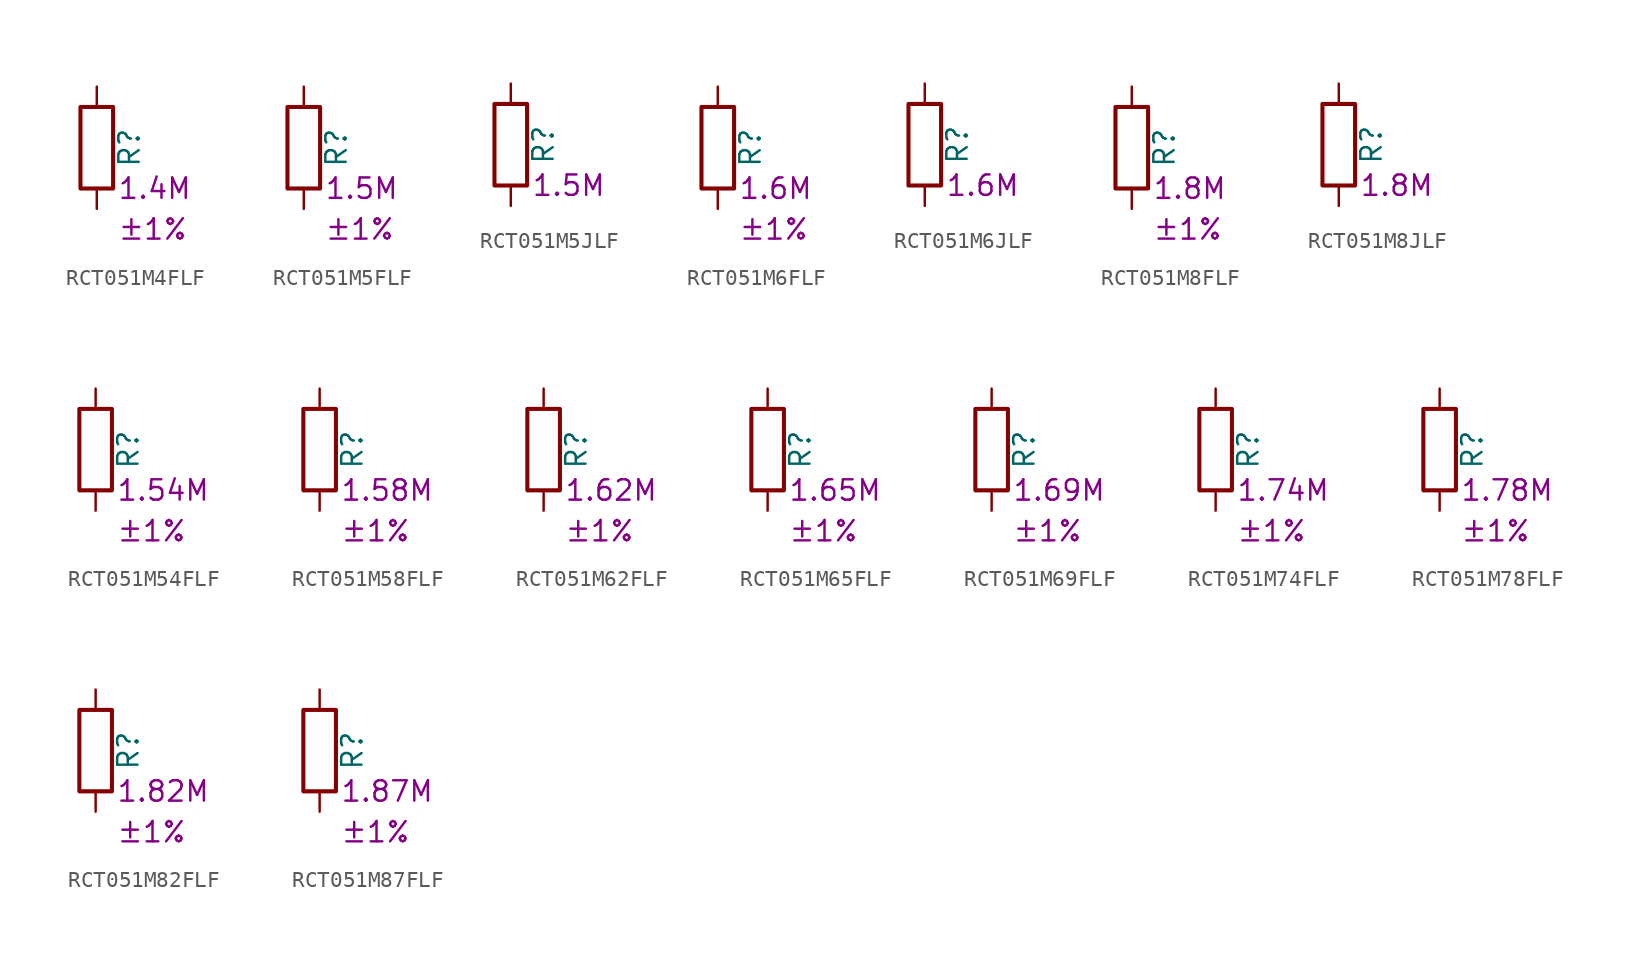
<source format=kicad_sym>
(kicad_symbol_lib
  (version 20220914)
  (generator kicad_symbol_editor)
  (symbol "RCT051M4FLF"
    (pin_numbers hide)
    (pin_names
      (offset 0))
    (property "Reference" "R"
      (at 2.032 0 90)
      (effects (font (size 1.27 1.27))))
    (property "Resistance" "1.4M"
      (at 1.27 -2.54 0)
      (effects (font (size 1.27 1.27)) (justify left)))
    (property "Tolerance" "±1%"
      (at 1.27 -5.08 0)
      (effects (font (size 1.27 1.27)) (justify left)))
    (symbol "RCT051M4FLF_0_1"
      (rectangle (start -1.016 -2.54) (end 1.016 2.54) (stroke (width 0.254) (type default)) (fill (type none))))
    (symbol "RCT051M4FLF_1_1"
      (pin passive line (at 0 3.81 270) (length 1.27) (name "~" (effects (font (size 1.27 1.27)))) (number "1" (effects (font (size 1.27 1.27)))))
      (pin passive line (at 0 -3.81 90) (length 1.27) (name "~" (effects (font (size 1.27 1.27)))) (number "2" (effects (font (size 1.27 1.27)))))))
  (symbol "RCT051M5FLF"
    (pin_numbers hide)
    (pin_names
      (offset 0))
    (property "Reference" "R"
      (at 2.032 0 90)
      (effects (font (size 1.27 1.27))))
    (property "Resistance" "1.5M"
      (at 1.27 -2.54 0)
      (effects (font (size 1.27 1.27)) (justify left)))
    (property "Tolerance" "±1%"
      (at 1.27 -5.08 0)
      (effects (font (size 1.27 1.27)) (justify left)))
    (symbol "RCT051M5FLF_0_1"
      (rectangle (start -1.016 -2.54) (end 1.016 2.54) (stroke (width 0.254) (type default)) (fill (type none))))
    (symbol "RCT051M5FLF_1_1"
      (pin passive line (at 0 3.81 270) (length 1.27) (name "~" (effects (font (size 1.27 1.27)))) (number "1" (effects (font (size 1.27 1.27)))))
      (pin passive line (at 0 -3.81 90) (length 1.27) (name "~" (effects (font (size 1.27 1.27)))) (number "2" (effects (font (size 1.27 1.27)))))))
  (symbol "RCT051M5JLF"
    (pin_numbers hide)
    (pin_names
      (offset 0))
    (property "Reference" "R"
      (at 2.032 0 90)
      (effects (font (size 1.27 1.27))))
    (property "Resistance" "1.5M"
      (at 1.27 -2.54 0)
      (effects (font (size 1.27 1.27)) (justify left)))
    (symbol "RCT051M5JLF_0_1"
      (rectangle (start -1.016 -2.54) (end 1.016 2.54) (stroke (width 0.254) (type default)) (fill (type none))))
    (symbol "RCT051M5JLF_1_1"
      (pin passive line (at 0 3.81 270) (length 1.27) (name "~" (effects (font (size 1.27 1.27)))) (number "1" (effects (font (size 1.27 1.27)))))
      (pin passive line (at 0 -3.81 90) (length 1.27) (name "~" (effects (font (size 1.27 1.27)))) (number "2" (effects (font (size 1.27 1.27)))))))
  (symbol "RCT051M6FLF"
    (pin_numbers hide)
    (pin_names
      (offset 0))
    (property "Reference" "R"
      (at 2.032 0 90)
      (effects (font (size 1.27 1.27))))
    (property "Resistance" "1.6M"
      (at 1.27 -2.54 0)
      (effects (font (size 1.27 1.27)) (justify left)))
    (property "Tolerance" "±1%"
      (at 1.27 -5.08 0)
      (effects (font (size 1.27 1.27)) (justify left)))
    (symbol "RCT051M6FLF_0_1"
      (rectangle (start -1.016 -2.54) (end 1.016 2.54) (stroke (width 0.254) (type default)) (fill (type none))))
    (symbol "RCT051M6FLF_1_1"
      (pin passive line (at 0 3.81 270) (length 1.27) (name "~" (effects (font (size 1.27 1.27)))) (number "1" (effects (font (size 1.27 1.27)))))
      (pin passive line (at 0 -3.81 90) (length 1.27) (name "~" (effects (font (size 1.27 1.27)))) (number "2" (effects (font (size 1.27 1.27)))))))
  (symbol "RCT051M6JLF"
    (pin_numbers hide)
    (pin_names
      (offset 0))
    (property "Reference" "R"
      (at 2.032 0 90)
      (effects (font (size 1.27 1.27))))
    (property "Resistance" "1.6M"
      (at 1.27 -2.54 0)
      (effects (font (size 1.27 1.27)) (justify left)))
    (symbol "RCT051M6JLF_0_1"
      (rectangle (start -1.016 -2.54) (end 1.016 2.54) (stroke (width 0.254) (type default)) (fill (type none))))
    (symbol "RCT051M6JLF_1_1"
      (pin passive line (at 0 3.81 270) (length 1.27) (name "~" (effects (font (size 1.27 1.27)))) (number "1" (effects (font (size 1.27 1.27)))))
      (pin passive line (at 0 -3.81 90) (length 1.27) (name "~" (effects (font (size 1.27 1.27)))) (number "2" (effects (font (size 1.27 1.27)))))))
  (symbol "RCT051M8FLF"
    (pin_numbers hide)
    (pin_names
      (offset 0))
    (property "Reference" "R"
      (at 2.032 0 90)
      (effects (font (size 1.27 1.27))))
    (property "Resistance" "1.8M"
      (at 1.27 -2.54 0)
      (effects (font (size 1.27 1.27)) (justify left)))
    (property "Tolerance" "±1%"
      (at 1.27 -5.08 0)
      (effects (font (size 1.27 1.27)) (justify left)))
    (symbol "RCT051M8FLF_0_1"
      (rectangle (start -1.016 -2.54) (end 1.016 2.54) (stroke (width 0.254) (type default)) (fill (type none))))
    (symbol "RCT051M8FLF_1_1"
      (pin passive line (at 0 3.81 270) (length 1.27) (name "~" (effects (font (size 1.27 1.27)))) (number "1" (effects (font (size 1.27 1.27)))))
      (pin passive line (at 0 -3.81 90) (length 1.27) (name "~" (effects (font (size 1.27 1.27)))) (number "2" (effects (font (size 1.27 1.27)))))))
  (symbol "RCT051M8JLF"
    (pin_numbers hide)
    (pin_names
      (offset 0))
    (property "Reference" "R"
      (at 2.032 0 90)
      (effects (font (size 1.27 1.27))))
    (property "Resistance" "1.8M"
      (at 1.27 -2.54 0)
      (effects (font (size 1.27 1.27)) (justify left)))
    (symbol "RCT051M8JLF_0_1"
      (rectangle (start -1.016 -2.54) (end 1.016 2.54) (stroke (width 0.254) (type default)) (fill (type none))))
    (symbol "RCT051M8JLF_1_1"
      (pin passive line (at 0 3.81 270) (length 1.27) (name "~" (effects (font (size 1.27 1.27)))) (number "1" (effects (font (size 1.27 1.27)))))
      (pin passive line (at 0 -3.81 90) (length 1.27) (name "~" (effects (font (size 1.27 1.27)))) (number "2" (effects (font (size 1.27 1.27)))))))
  (symbol "RCT051M54FLF"
    (pin_numbers hide)
    (pin_names
      (offset 0))
    (property "Reference" "R"
      (at 2.032 0 90)
      (effects (font (size 1.27 1.27))))
    (property "Resistance" "1.54M"
      (at 1.27 -2.54 0)
      (effects (font (size 1.27 1.27)) (justify left)))
    (property "Tolerance" "±1%"
      (at 1.27 -5.08 0)
      (effects (font (size 1.27 1.27)) (justify left)))
    (symbol "RCT051M54FLF_0_1"
      (rectangle (start -1.016 -2.54) (end 1.016 2.54) (stroke (width 0.254) (type default)) (fill (type none))))
    (symbol "RCT051M54FLF_1_1"
      (pin passive line (at 0 3.81 270) (length 1.27) (name "~" (effects (font (size 1.27 1.27)))) (number "1" (effects (font (size 1.27 1.27)))))
      (pin passive line (at 0 -3.81 90) (length 1.27) (name "~" (effects (font (size 1.27 1.27)))) (number "2" (effects (font (size 1.27 1.27)))))))
  (symbol "RCT051M58FLF"
    (pin_numbers hide)
    (pin_names
      (offset 0))
    (property "Reference" "R"
      (at 2.032 0 90)
      (effects (font (size 1.27 1.27))))
    (property "Resistance" "1.58M"
      (at 1.27 -2.54 0)
      (effects (font (size 1.27 1.27)) (justify left)))
    (property "Tolerance" "±1%"
      (at 1.27 -5.08 0)
      (effects (font (size 1.27 1.27)) (justify left)))
    (symbol "RCT051M58FLF_0_1"
      (rectangle (start -1.016 -2.54) (end 1.016 2.54) (stroke (width 0.254) (type default)) (fill (type none))))
    (symbol "RCT051M58FLF_1_1"
      (pin passive line (at 0 3.81 270) (length 1.27) (name "~" (effects (font (size 1.27 1.27)))) (number "1" (effects (font (size 1.27 1.27)))))
      (pin passive line (at 0 -3.81 90) (length 1.27) (name "~" (effects (font (size 1.27 1.27)))) (number "2" (effects (font (size 1.27 1.27)))))))
  (symbol "RCT051M62FLF"
    (pin_numbers hide)
    (pin_names
      (offset 0))
    (property "Reference" "R"
      (at 2.032 0 90)
      (effects (font (size 1.27 1.27))))
    (property "Resistance" "1.62M"
      (at 1.27 -2.54 0)
      (effects (font (size 1.27 1.27)) (justify left)))
    (property "Tolerance" "±1%"
      (at 1.27 -5.08 0)
      (effects (font (size 1.27 1.27)) (justify left)))
    (symbol "RCT051M62FLF_0_1"
      (rectangle (start -1.016 -2.54) (end 1.016 2.54) (stroke (width 0.254) (type default)) (fill (type none))))
    (symbol "RCT051M62FLF_1_1"
      (pin passive line (at 0 3.81 270) (length 1.27) (name "~" (effects (font (size 1.27 1.27)))) (number "1" (effects (font (size 1.27 1.27)))))
      (pin passive line (at 0 -3.81 90) (length 1.27) (name "~" (effects (font (size 1.27 1.27)))) (number "2" (effects (font (size 1.27 1.27)))))))
  (symbol "RCT051M65FLF"
    (pin_numbers hide)
    (pin_names
      (offset 0))
    (property "Reference" "R"
      (at 2.032 0 90)
      (effects (font (size 1.27 1.27))))
    (property "Resistance" "1.65M"
      (at 1.27 -2.54 0)
      (effects (font (size 1.27 1.27)) (justify left)))
    (property "Tolerance" "±1%"
      (at 1.27 -5.08 0)
      (effects (font (size 1.27 1.27)) (justify left)))
    (symbol "RCT051M65FLF_0_1"
      (rectangle (start -1.016 -2.54) (end 1.016 2.54) (stroke (width 0.254) (type default)) (fill (type none))))
    (symbol "RCT051M65FLF_1_1"
      (pin passive line (at 0 3.81 270) (length 1.27) (name "~" (effects (font (size 1.27 1.27)))) (number "1" (effects (font (size 1.27 1.27)))))
      (pin passive line (at 0 -3.81 90) (length 1.27) (name "~" (effects (font (size 1.27 1.27)))) (number "2" (effects (font (size 1.27 1.27)))))))
  (symbol "RCT051M69FLF"
    (pin_numbers hide)
    (pin_names
      (offset 0))
    (property "Reference" "R"
      (at 2.032 0 90)
      (effects (font (size 1.27 1.27))))
    (property "Resistance" "1.69M"
      (at 1.27 -2.54 0)
      (effects (font (size 1.27 1.27)) (justify left)))
    (property "Tolerance" "±1%"
      (at 1.27 -5.08 0)
      (effects (font (size 1.27 1.27)) (justify left)))
    (symbol "RCT051M69FLF_0_1"
      (rectangle (start -1.016 -2.54) (end 1.016 2.54) (stroke (width 0.254) (type default)) (fill (type none))))
    (symbol "RCT051M69FLF_1_1"
      (pin passive line (at 0 3.81 270) (length 1.27) (name "~" (effects (font (size 1.27 1.27)))) (number "1" (effects (font (size 1.27 1.27)))))
      (pin passive line (at 0 -3.81 90) (length 1.27) (name "~" (effects (font (size 1.27 1.27)))) (number "2" (effects (font (size 1.27 1.27)))))))
  (symbol "RCT051M74FLF"
    (pin_numbers hide)
    (pin_names
      (offset 0))
    (property "Reference" "R"
      (at 2.032 0 90)
      (effects (font (size 1.27 1.27))))
    (property "Resistance" "1.74M"
      (at 1.27 -2.54 0)
      (effects (font (size 1.27 1.27)) (justify left)))
    (property "Tolerance" "±1%"
      (at 1.27 -5.08 0)
      (effects (font (size 1.27 1.27)) (justify left)))
    (symbol "RCT051M74FLF_0_1"
      (rectangle (start -1.016 -2.54) (end 1.016 2.54) (stroke (width 0.254) (type default)) (fill (type none))))
    (symbol "RCT051M74FLF_1_1"
      (pin passive line (at 0 3.81 270) (length 1.27) (name "~" (effects (font (size 1.27 1.27)))) (number "1" (effects (font (size 1.27 1.27)))))
      (pin passive line (at 0 -3.81 90) (length 1.27) (name "~" (effects (font (size 1.27 1.27)))) (number "2" (effects (font (size 1.27 1.27)))))))
  (symbol "RCT051M78FLF"
    (pin_numbers hide)
    (pin_names
      (offset 0))
    (property "Reference" "R"
      (at 2.032 0 90)
      (effects (font (size 1.27 1.27))))
    (property "Resistance" "1.78M"
      (at 1.27 -2.54 0)
      (effects (font (size 1.27 1.27)) (justify left)))
    (property "Tolerance" "±1%"
      (at 1.27 -5.08 0)
      (effects (font (size 1.27 1.27)) (justify left)))
    (symbol "RCT051M78FLF_0_1"
      (rectangle (start -1.016 -2.54) (end 1.016 2.54) (stroke (width 0.254) (type default)) (fill (type none))))
    (symbol "RCT051M78FLF_1_1"
      (pin passive line (at 0 3.81 270) (length 1.27) (name "~" (effects (font (size 1.27 1.27)))) (number "1" (effects (font (size 1.27 1.27)))))
      (pin passive line (at 0 -3.81 90) (length 1.27) (name "~" (effects (font (size 1.27 1.27)))) (number "2" (effects (font (size 1.27 1.27)))))))
  (symbol "RCT051M82FLF"
    (pin_numbers hide)
    (pin_names
      (offset 0))
    (property "Reference" "R"
      (at 2.032 0 90)
      (effects (font (size 1.27 1.27))))
    (property "Resistance" "1.82M"
      (at 1.27 -2.54 0)
      (effects (font (size 1.27 1.27)) (justify left)))
    (property "Tolerance" "±1%"
      (at 1.27 -5.08 0)
      (effects (font (size 1.27 1.27)) (justify left)))
    (symbol "RCT051M82FLF_0_1"
      (rectangle (start -1.016 -2.54) (end 1.016 2.54) (stroke (width 0.254) (type default)) (fill (type none))))
    (symbol "RCT051M82FLF_1_1"
      (pin passive line (at 0 3.81 270) (length 1.27) (name "~" (effects (font (size 1.27 1.27)))) (number "1" (effects (font (size 1.27 1.27)))))
      (pin passive line (at 0 -3.81 90) (length 1.27) (name "~" (effects (font (size 1.27 1.27)))) (number "2" (effects (font (size 1.27 1.27)))))))
  (symbol "RCT051M87FLF"
    (pin_numbers hide)
    (pin_names
      (offset 0))
    (property "Reference" "R"
      (at 2.032 0 90)
      (effects (font (size 1.27 1.27))))
    (property "Resistance" "1.87M"
      (at 1.27 -2.54 0)
      (effects (font (size 1.27 1.27)) (justify left)))
    (property "Tolerance" "±1%"
      (at 1.27 -5.08 0)
      (effects (font (size 1.27 1.27)) (justify left)))
    (symbol "RCT051M87FLF_0_1"
      (rectangle (start -1.016 -2.54) (end 1.016 2.54) (stroke (width 0.254) (type default)) (fill (type none))))
    (symbol "RCT051M87FLF_1_1"
      (pin passive line (at 0 3.81 270) (length 1.27) (name "~" (effects (font (size 1.27 1.27)))) (number "1" (effects (font (size 1.27 1.27)))))
      (pin passive line (at 0 -3.81 90) (length 1.27) (name "~" (effects (font (size 1.27 1.27)))) (number "2" (effects (font (size 1.27 1.27))))))))
</source>
